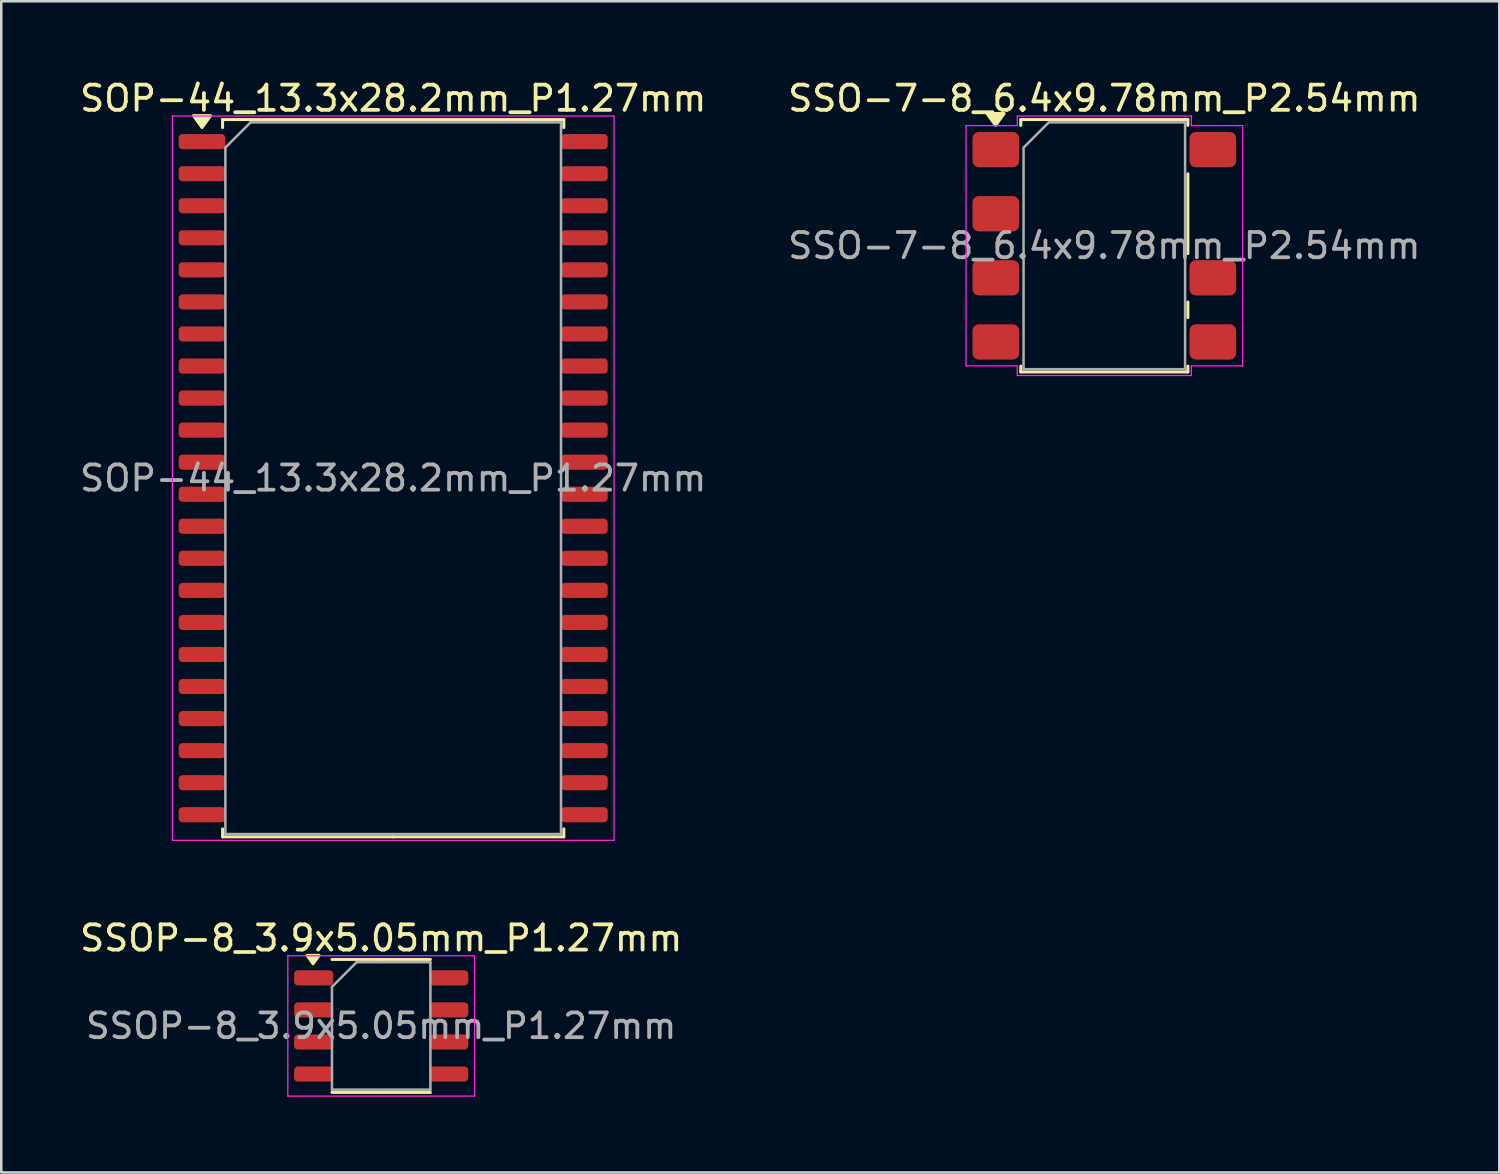
<source format=kicad_pcb>
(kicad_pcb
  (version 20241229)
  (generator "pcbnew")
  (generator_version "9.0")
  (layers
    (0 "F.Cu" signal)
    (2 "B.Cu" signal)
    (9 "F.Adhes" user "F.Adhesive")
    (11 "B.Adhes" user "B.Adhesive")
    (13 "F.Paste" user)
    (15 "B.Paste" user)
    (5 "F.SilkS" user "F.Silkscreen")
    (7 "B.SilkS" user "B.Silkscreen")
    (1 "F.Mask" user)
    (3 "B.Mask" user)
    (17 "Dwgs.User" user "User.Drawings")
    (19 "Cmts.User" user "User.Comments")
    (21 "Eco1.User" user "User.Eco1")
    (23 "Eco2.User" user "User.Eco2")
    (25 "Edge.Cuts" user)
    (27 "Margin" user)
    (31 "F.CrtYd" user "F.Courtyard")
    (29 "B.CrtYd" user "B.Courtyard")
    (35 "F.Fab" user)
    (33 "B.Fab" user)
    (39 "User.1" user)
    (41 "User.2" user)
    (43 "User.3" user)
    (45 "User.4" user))
  (footprint "SOP-44_13.3x28.2mm_P1.27mm"
    (layer "F.Cu")
    (at 12.53 15.898)
    (property "Reference" "SOP-44_13.3x28.2mm_P1.27mm" (at 0 -15.05 0) (layer "F.SilkS") (effects (font (size 1 1) (thickness 0.15))))
    (attr smd)
    (fp_line (start -6.76 -14.21) (end -6.76 -13.895) (stroke (width 0.12) (type solid)) (layer "F.SilkS"))
    (fp_line (start -6.76 14.21) (end -6.76 13.895) (stroke (width 0.12) (type solid)) (layer "F.SilkS"))
    (fp_line (start 0 -14.21) (end -6.76 -14.21) (stroke (width 0.12) (type solid)) (layer "F.SilkS"))
    (fp_line (start 0 -14.21) (end 6.76 -14.21) (stroke (width 0.12) (type solid)) (layer "F.SilkS"))
    (fp_line (start 0 14.21) (end -6.76 14.21) (stroke (width 0.12) (type solid)) (layer "F.SilkS"))
    (fp_line (start 0 14.21) (end 6.76 14.21) (stroke (width 0.12) (type solid)) (layer "F.SilkS"))
    (fp_line (start 6.76 -14.21) (end 6.76 -13.895) (stroke (width 0.12) (type solid)) (layer "F.SilkS"))
    (fp_line (start 6.76 14.21) (end 6.76 13.895) (stroke (width 0.12) (type solid)) (layer "F.SilkS"))
    (fp_poly (pts (xy -7.575 -13.895) (xy -7.915 -14.365) (xy -7.235 -14.365) (xy -7.575 -13.895)) (stroke (width 0.12) (type solid)) (fill yes) (layer "F.SilkS"))
    (fp_line (start -8.75 -14.35) (end -8.75 14.35) (stroke (width 0.05) (type solid)) (layer "F.CrtYd"))
    (fp_line (start -8.75 14.35) (end 8.75 14.35) (stroke (width 0.05) (type solid)) (layer "F.CrtYd"))
    (fp_line (start 8.75 -14.35) (end -8.75 -14.35) (stroke (width 0.05) (type solid)) (layer "F.CrtYd"))
    (fp_line (start 8.75 14.35) (end 8.75 -14.35) (stroke (width 0.05) (type solid)) (layer "F.CrtYd"))
    (fp_line (start -6.65 -13.1) (end -5.65 -14.1) (stroke (width 0.1) (type solid)) (layer "F.Fab"))
    (fp_line (start -6.65 14.1) (end -6.65 -13.1) (stroke (width 0.1) (type solid)) (layer "F.Fab"))
    (fp_line (start -5.65 -14.1) (end 6.65 -14.1) (stroke (width 0.1) (type solid)) (layer "F.Fab"))
    (fp_line (start 6.65 -14.1) (end 6.65 14.1) (stroke (width 0.1) (type solid)) (layer "F.Fab"))
    (fp_line (start 6.65 14.1) (end -6.65 14.1) (stroke (width 0.1) (type solid)) (layer "F.Fab"))
    (fp_text user "${REFERENCE}" (at 0 0 0) (layer "F.Fab") (effects (font (size 1 1) (thickness 0.15))))
    (pad "1" smd roundrect (at -7.575 -13.335) (size 1.85 0.6) (layers "F.Cu" "F.Mask" "F.Paste") (roundrect_rratio 0.25))
    (pad "2" smd roundrect (at -7.575 -12.065) (size 1.85 0.6) (layers "F.Cu" "F.Mask" "F.Paste") (roundrect_rratio 0.25))
    (pad "3" smd roundrect (at -7.575 -10.795) (size 1.85 0.6) (layers "F.Cu" "F.Mask" "F.Paste") (roundrect_rratio 0.25))
    (pad "4" smd roundrect (at -7.575 -9.525) (size 1.85 0.6) (layers "F.Cu" "F.Mask" "F.Paste") (roundrect_rratio 0.25))
    (pad "5" smd roundrect (at -7.575 -8.255) (size 1.85 0.6) (layers "F.Cu" "F.Mask" "F.Paste") (roundrect_rratio 0.25))
    (pad "6" smd roundrect (at -7.575 -6.985) (size 1.85 0.6) (layers "F.Cu" "F.Mask" "F.Paste") (roundrect_rratio 0.25))
    (pad "7" smd roundrect (at -7.575 -5.715) (size 1.85 0.6) (layers "F.Cu" "F.Mask" "F.Paste") (roundrect_rratio 0.25))
    (pad "8" smd roundrect (at -7.575 -4.445) (size 1.85 0.6) (layers "F.Cu" "F.Mask" "F.Paste") (roundrect_rratio 0.25))
    (pad "9" smd roundrect (at -7.575 -3.175) (size 1.85 0.6) (layers "F.Cu" "F.Mask" "F.Paste") (roundrect_rratio 0.25))
    (pad "10" smd roundrect (at -7.575 -1.905) (size 1.85 0.6) (layers "F.Cu" "F.Mask" "F.Paste") (roundrect_rratio 0.25))
    (pad "11" smd roundrect (at -7.575 -0.635) (size 1.85 0.6) (layers "F.Cu" "F.Mask" "F.Paste") (roundrect_rratio 0.25))
    (pad "12" smd roundrect (at -7.575 0.635) (size 1.85 0.6) (layers "F.Cu" "F.Mask" "F.Paste") (roundrect_rratio 0.25))
    (pad "13" smd roundrect (at -7.575 1.905) (size 1.85 0.6) (layers "F.Cu" "F.Mask" "F.Paste") (roundrect_rratio 0.25))
    (pad "14" smd roundrect (at -7.575 3.175) (size 1.85 0.6) (layers "F.Cu" "F.Mask" "F.Paste") (roundrect_rratio 0.25))
    (pad "15" smd roundrect (at -7.575 4.445) (size 1.85 0.6) (layers "F.Cu" "F.Mask" "F.Paste") (roundrect_rratio 0.25))
    (pad "16" smd roundrect (at -7.575 5.715) (size 1.85 0.6) (layers "F.Cu" "F.Mask" "F.Paste") (roundrect_rratio 0.25))
    (pad "17" smd roundrect (at -7.575 6.985) (size 1.85 0.6) (layers "F.Cu" "F.Mask" "F.Paste") (roundrect_rratio 0.25))
    (pad "18" smd roundrect (at -7.575 8.255) (size 1.85 0.6) (layers "F.Cu" "F.Mask" "F.Paste") (roundrect_rratio 0.25))
    (pad "19" smd roundrect (at -7.575 9.525) (size 1.85 0.6) (layers "F.Cu" "F.Mask" "F.Paste") (roundrect_rratio 0.25))
    (pad "20" smd roundrect (at -7.575 10.795) (size 1.85 0.6) (layers "F.Cu" "F.Mask" "F.Paste") (roundrect_rratio 0.25))
    (pad "21" smd roundrect (at -7.575 12.065) (size 1.85 0.6) (layers "F.Cu" "F.Mask" "F.Paste") (roundrect_rratio 0.25))
    (pad "22" smd roundrect (at -7.575 13.335) (size 1.85 0.6) (layers "F.Cu" "F.Mask" "F.Paste") (roundrect_rratio 0.25))
    (pad "23" smd roundrect (at 7.575 13.335) (size 1.85 0.6) (layers "F.Cu" "F.Mask" "F.Paste") (roundrect_rratio 0.25))
    (pad "24" smd roundrect (at 7.575 12.065) (size 1.85 0.6) (layers "F.Cu" "F.Mask" "F.Paste") (roundrect_rratio 0.25))
    (pad "25" smd roundrect (at 7.575 10.795) (size 1.85 0.6) (layers "F.Cu" "F.Mask" "F.Paste") (roundrect_rratio 0.25))
    (pad "26" smd roundrect (at 7.575 9.525) (size 1.85 0.6) (layers "F.Cu" "F.Mask" "F.Paste") (roundrect_rratio 0.25))
    (pad "27" smd roundrect (at 7.575 8.255) (size 1.85 0.6) (layers "F.Cu" "F.Mask" "F.Paste") (roundrect_rratio 0.25))
    (pad "28" smd roundrect (at 7.575 6.985) (size 1.85 0.6) (layers "F.Cu" "F.Mask" "F.Paste") (roundrect_rratio 0.25))
    (pad "29" smd roundrect (at 7.575 5.715) (size 1.85 0.6) (layers "F.Cu" "F.Mask" "F.Paste") (roundrect_rratio 0.25))
    (pad "30" smd roundrect (at 7.575 4.445) (size 1.85 0.6) (layers "F.Cu" "F.Mask" "F.Paste") (roundrect_rratio 0.25))
    (pad "31" smd roundrect (at 7.575 3.175) (size 1.85 0.6) (layers "F.Cu" "F.Mask" "F.Paste") (roundrect_rratio 0.25))
    (pad "32" smd roundrect (at 7.575 1.905) (size 1.85 0.6) (layers "F.Cu" "F.Mask" "F.Paste") (roundrect_rratio 0.25))
    (pad "33" smd roundrect (at 7.575 0.635) (size 1.85 0.6) (layers "F.Cu" "F.Mask" "F.Paste") (roundrect_rratio 0.25))
    (pad "34" smd roundrect (at 7.575 -0.635) (size 1.85 0.6) (layers "F.Cu" "F.Mask" "F.Paste") (roundrect_rratio 0.25))
    (pad "35" smd roundrect (at 7.575 -1.905) (size 1.85 0.6) (layers "F.Cu" "F.Mask" "F.Paste") (roundrect_rratio 0.25))
    (pad "36" smd roundrect (at 7.575 -3.175) (size 1.85 0.6) (layers "F.Cu" "F.Mask" "F.Paste") (roundrect_rratio 0.25))
    (pad "37" smd roundrect (at 7.575 -4.445) (size 1.85 0.6) (layers "F.Cu" "F.Mask" "F.Paste") (roundrect_rratio 0.25))
    (pad "38" smd roundrect (at 7.575 -5.715) (size 1.85 0.6) (layers "F.Cu" "F.Mask" "F.Paste") (roundrect_rratio 0.25))
    (pad "39" smd roundrect (at 7.575 -6.985) (size 1.85 0.6) (layers "F.Cu" "F.Mask" "F.Paste") (roundrect_rratio 0.25))
    (pad "40" smd roundrect (at 7.575 -8.255) (size 1.85 0.6) (layers "F.Cu" "F.Mask" "F.Paste") (roundrect_rratio 0.25))
    (pad "41" smd roundrect (at 7.575 -9.525) (size 1.85 0.6) (layers "F.Cu" "F.Mask" "F.Paste") (roundrect_rratio 0.25))
    (pad "42" smd roundrect (at 7.575 -10.795) (size 1.85 0.6) (layers "F.Cu" "F.Mask" "F.Paste") (roundrect_rratio 0.25))
    (pad "43" smd roundrect (at 7.575 -12.065) (size 1.85 0.6) (layers "F.Cu" "F.Mask" "F.Paste") (roundrect_rratio 0.25))
    (pad "44" smd roundrect (at 7.575 -13.335) (size 1.85 0.6) (layers "F.Cu" "F.Mask" "F.Paste") (roundrect_rratio 0.25)))
  (footprint "SSO-7-8_6.4x9.78mm_P2.54mm"
    (layer "F.Cu")
    (at 40.708 6.688)
    (property "Reference" "SSO-7-8_6.4x9.78mm_P2.54mm" (at 0 -5.84 0) (layer "F.SilkS") (effects (font (size 1 1) (thickness 0.15))))
    (attr smd)
    (fp_line (start -3.31 -5) (end 3.31 -5) (stroke (width 0.12) (type solid)) (layer "F.SilkS"))
    (fp_line (start -3.31 -4.77) (end -3.31 -5) (stroke (width 0.12) (type solid)) (layer "F.SilkS"))
    (fp_line (start -3.31 5) (end -3.31 4.77) (stroke (width 0.12) (type solid)) (layer "F.SilkS"))
    (fp_line (start 3.31 -5) (end 3.31 -4.77) (stroke (width 0.12) (type solid)) (layer "F.SilkS"))
    (fp_line (start 3.31 -2.85) (end 3.31 0.31) (stroke (width 0.12) (type solid)) (layer "F.SilkS"))
    (fp_line (start 3.31 2.23) (end 3.31 2.85) (stroke (width 0.12) (type solid)) (layer "F.SilkS"))
    (fp_line (start 3.31 4.77) (end 3.31 5) (stroke (width 0.12) (type solid)) (layer "F.SilkS"))
    (fp_line (start 3.31 5) (end -3.31 5) (stroke (width 0.12) (type solid)) (layer "F.SilkS"))
    (fp_poly (pts (xy -4.31 -4.77) (xy -4.65 -5.24) (xy -3.97 -5.24)) (stroke (width 0.12) (type solid)) (fill yes) (layer "F.SilkS"))
    (fp_line (start -5.48 -4.76) (end -3.45 -4.76) (stroke (width 0.05) (type solid)) (layer "F.CrtYd"))
    (fp_line (start -5.48 4.76) (end -5.48 -4.76) (stroke (width 0.05) (type solid)) (layer "F.CrtYd"))
    (fp_line (start -3.45 -5.14) (end 3.45 -5.14) (stroke (width 0.05) (type solid)) (layer "F.CrtYd"))
    (fp_line (start -3.45 -4.76) (end -3.45 -5.14) (stroke (width 0.05) (type solid)) (layer "F.CrtYd"))
    (fp_line (start -3.45 4.76) (end -5.48 4.76) (stroke (width 0.05) (type solid)) (layer "F.CrtYd"))
    (fp_line (start -3.45 5.14) (end -3.45 4.76) (stroke (width 0.05) (type solid)) (layer "F.CrtYd"))
    (fp_line (start 3.45 -5.14) (end 3.45 -4.76) (stroke (width 0.05) (type solid)) (layer "F.CrtYd"))
    (fp_line (start 3.45 -4.76) (end 5.48 -4.76) (stroke (width 0.05) (type solid)) (layer "F.CrtYd"))
    (fp_line (start 3.45 4.76) (end 3.45 5.14) (stroke (width 0.05) (type solid)) (layer "F.CrtYd"))
    (fp_line (start 3.45 5.14) (end -3.45 5.14) (stroke (width 0.05) (type solid)) (layer "F.CrtYd"))
    (fp_line (start 5.48 -4.76) (end 5.48 4.76) (stroke (width 0.05) (type solid)) (layer "F.CrtYd"))
    (fp_line (start 5.48 4.76) (end 3.45 4.76) (stroke (width 0.05) (type solid)) (layer "F.CrtYd"))
    (fp_poly (pts (xy -2.2 -4.89) (xy 3.2 -4.89) (xy 3.2 4.89) (xy -3.2 4.89) (xy -3.2 -3.89)) (stroke (width 0.1) (type solid)) (fill no) (layer "F.Fab"))
    (fp_text user "${REFERENCE}" (at 0 0 0) (layer "F.Fab") (effects (font (size 1 1) (thickness 0.15))))
    (pad "1" smd roundrect (at -4.3 -3.81) (size 1.85 1.4) (layers "F.Cu" "F.Mask" "F.Paste") (roundrect_rratio 0.179))
    (pad "2" smd roundrect (at -4.3 -1.27) (size 1.85 1.4) (layers "F.Cu" "F.Mask" "F.Paste") (roundrect_rratio 0.179))
    (pad "3" smd roundrect (at -4.3 1.27) (size 1.85 1.4) (layers "F.Cu" "F.Mask" "F.Paste") (roundrect_rratio 0.179))
    (pad "4" smd roundrect (at -4.3 3.81) (size 1.85 1.4) (layers "F.Cu" "F.Mask" "F.Paste") (roundrect_rratio 0.179))
    (pad "5" smd roundrect (at 4.3 3.81) (size 1.85 1.4) (layers "F.Cu" "F.Mask" "F.Paste") (roundrect_rratio 0.179))
    (pad "6" smd roundrect (at 4.3 1.27) (size 1.85 1.4) (layers "F.Cu" "F.Mask" "F.Paste") (roundrect_rratio 0.179))
    (pad "8" smd roundrect (at 4.3 -3.81) (size 1.85 1.4) (layers "F.Cu" "F.Mask" "F.Paste") (roundrect_rratio 0.179)))
  (footprint "SSOP-8_3.9x5.05mm_P1.27mm"
    (layer "F.Cu")
    (at 12.054 37.602)
    (property "Reference" "SSOP-8_3.9x5.05mm_P1.27mm" (at 0 -3.48 0) (layer "F.SilkS") (effects (font (size 1 1) (thickness 0.15))))
    (attr smd)
    (fp_line (start 0 -2.635) (end -1.95 -2.635) (stroke (width 0.12) (type solid)) (layer "F.SilkS"))
    (fp_line (start 0 -2.635) (end 1.95 -2.635) (stroke (width 0.12) (type solid)) (layer "F.SilkS"))
    (fp_line (start 0 2.635) (end -1.95 2.635) (stroke (width 0.12) (type solid)) (layer "F.SilkS"))
    (fp_line (start 0 2.635) (end 1.95 2.635) (stroke (width 0.12) (type solid)) (layer "F.SilkS"))
    (fp_poly (pts (xy -2.7 -2.465) (xy -2.94 -2.795) (xy -2.46 -2.795) (xy -2.7 -2.465)) (stroke (width 0.12) (type solid)) (fill yes) (layer "F.SilkS"))
    (fp_line (start -3.7 -2.78) (end -3.7 2.78) (stroke (width 0.05) (type solid)) (layer "F.CrtYd"))
    (fp_line (start -3.7 2.78) (end 3.7 2.78) (stroke (width 0.05) (type solid)) (layer "F.CrtYd"))
    (fp_line (start 3.7 -2.78) (end -3.7 -2.78) (stroke (width 0.05) (type solid)) (layer "F.CrtYd"))
    (fp_line (start 3.7 2.78) (end 3.7 -2.78) (stroke (width 0.05) (type solid)) (layer "F.CrtYd"))
    (fp_line (start -1.95 -1.55) (end -0.975 -2.525) (stroke (width 0.1) (type solid)) (layer "F.Fab"))
    (fp_line (start -1.95 2.525) (end -1.95 -1.55) (stroke (width 0.1) (type solid)) (layer "F.Fab"))
    (fp_line (start -0.975 -2.525) (end 1.95 -2.525) (stroke (width 0.1) (type solid)) (layer "F.Fab"))
    (fp_line (start 1.95 -2.525) (end 1.95 2.525) (stroke (width 0.1) (type solid)) (layer "F.Fab"))
    (fp_line (start 1.95 2.525) (end -1.95 2.525) (stroke (width 0.1) (type solid)) (layer "F.Fab"))
    (fp_text user "${REFERENCE}" (at 0 0 0) (layer "F.Fab") (effects (font (size 0.98 0.98) (thickness 0.15))))
    (pad "1" smd roundrect (at -2.675 -1.905) (size 1.55 0.6) (layers "F.Cu" "F.Mask" "F.Paste") (roundrect_rratio 0.25))
    (pad "2" smd roundrect (at -2.675 -0.635) (size 1.55 0.6) (layers "F.Cu" "F.Mask" "F.Paste") (roundrect_rratio 0.25))
    (pad "3" smd roundrect (at -2.675 0.635) (size 1.55 0.6) (layers "F.Cu" "F.Mask" "F.Paste") (roundrect_rratio 0.25))
    (pad "4" smd roundrect (at -2.675 1.905) (size 1.55 0.6) (layers "F.Cu" "F.Mask" "F.Paste") (roundrect_rratio 0.25))
    (pad "5" smd roundrect (at 2.675 1.905) (size 1.55 0.6) (layers "F.Cu" "F.Mask" "F.Paste") (roundrect_rratio 0.25))
    (pad "6" smd roundrect (at 2.675 0.635) (size 1.55 0.6) (layers "F.Cu" "F.Mask" "F.Paste") (roundrect_rratio 0.25))
    (pad "7" smd roundrect (at 2.675 -0.635) (size 1.55 0.6) (layers "F.Cu" "F.Mask" "F.Paste") (roundrect_rratio 0.25))
    (pad "8" smd roundrect (at 2.675 -1.905) (size 1.55 0.6) (layers "F.Cu" "F.Mask" "F.Paste") (roundrect_rratio 0.25)))
  (gr_rect
    (start -3 -3)
    (end 56.357 43.407)
    (stroke (width 0.1) (type default))
    (fill no)
    (layer "Edge.Cuts")))
</source>
